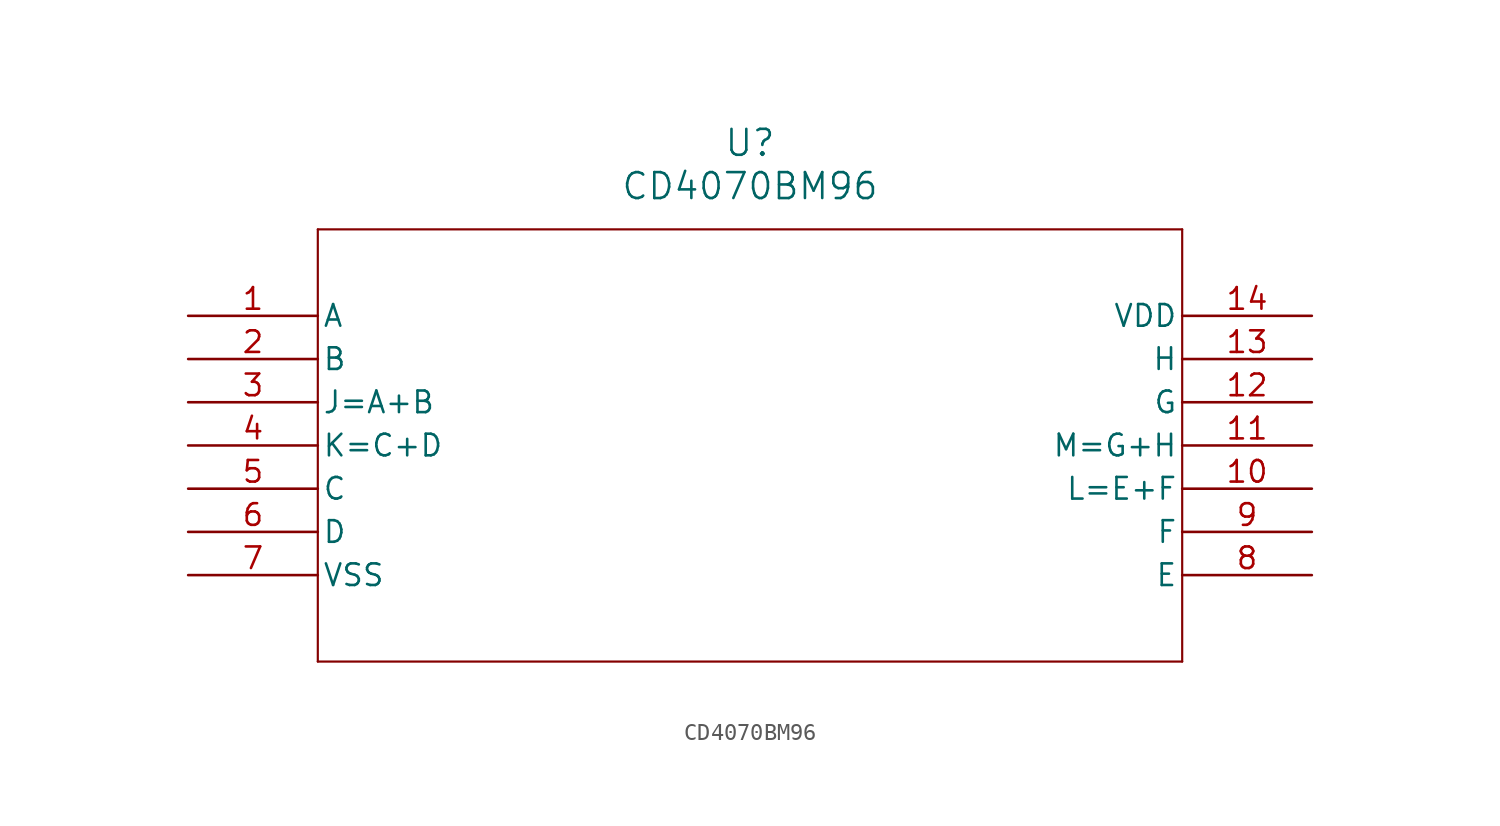
<source format=kicad_sym>
(kicad_symbol_lib
  (version 20211014)
  (generator kicad_symbol_editor)
  (symbol "CD4070BM96"
    (pin_names
      (offset 0.254))
    (property "Reference" "U"
      (at 33.02 10.16 0)
      (effects (font (size 1.524 1.524))))
    (property "Value" "CD4070BM96"
      (at 33.02 7.62 0)
      (effects (font (size 1.524 1.524))))
    (symbol "CD4070BM96_0_1"
      (polyline (pts (xy 7.62 5.08) (xy 7.62 -20.32)) (stroke (width 0.127) (type default) (color 0 0 0 0)) (fill (type none)))
      (polyline (pts (xy 7.62 -20.32) (xy 58.42 -20.32)) (stroke (width 0.127) (type default) (color 0 0 0 0)) (fill (type none)))
      (polyline (pts (xy 58.42 -20.32) (xy 58.42 5.08)) (stroke (width 0.127) (type default) (color 0 0 0 0)) (fill (type none)))
      (polyline (pts (xy 58.42 5.08) (xy 7.62 5.08)) (stroke (width 0.127) (type default) (color 0 0 0 0)) (fill (type none)))
      (pin unspecified line (at 0 0 0) (length 7.62) (name "A" (effects (font (size 1.27 1.27)))) (number "1" (effects (font (size 1.27 1.27)))))
      (pin unspecified line (at 0 -2.54 0) (length 7.62) (name "B" (effects (font (size 1.27 1.27)))) (number "2" (effects (font (size 1.27 1.27)))))
      (pin unspecified line (at 0 -5.08 0) (length 7.62) (name "J=A+B" (effects (font (size 1.27 1.27)))) (number "3" (effects (font (size 1.27 1.27)))))
      (pin unspecified line (at 0 -7.62 0) (length 7.62) (name "K=C+D" (effects (font (size 1.27 1.27)))) (number "4" (effects (font (size 1.27 1.27)))))
      (pin unspecified line (at 0 -10.16 0) (length 7.62) (name "C" (effects (font (size 1.27 1.27)))) (number "5" (effects (font (size 1.27 1.27)))))
      (pin unspecified line (at 0 -12.7 0) (length 7.62) (name "D" (effects (font (size 1.27 1.27)))) (number "6" (effects (font (size 1.27 1.27)))))
      (pin power_in line (at 0 -15.24 0) (length 7.62) (name "VSS" (effects (font (size 1.27 1.27)))) (number "7" (effects (font (size 1.27 1.27)))))
      (pin unspecified line (at 66.04 -15.24 180) (length 7.62) (name "E" (effects (font (size 1.27 1.27)))) (number "8" (effects (font (size 1.27 1.27)))))
      (pin unspecified line (at 66.04 -12.7 180) (length 7.62) (name "F" (effects (font (size 1.27 1.27)))) (number "9" (effects (font (size 1.27 1.27)))))
      (pin unspecified line (at 66.04 -10.16 180) (length 7.62) (name "L=E+F" (effects (font (size 1.27 1.27)))) (number "10" (effects (font (size 1.27 1.27)))))
      (pin unspecified line (at 66.04 -7.62 180) (length 7.62) (name "M=G+H" (effects (font (size 1.27 1.27)))) (number "11" (effects (font (size 1.27 1.27)))))
      (pin unspecified line (at 66.04 -5.08 180) (length 7.62) (name "G" (effects (font (size 1.27 1.27)))) (number "12" (effects (font (size 1.27 1.27)))))
      (pin unspecified line (at 66.04 -2.54 180) (length 7.62) (name "H" (effects (font (size 1.27 1.27)))) (number "13" (effects (font (size 1.27 1.27)))))
      (pin power_in line (at 66.04 0 180) (length 7.62) (name "VDD" (effects (font (size 1.27 1.27)))) (number "14" (effects (font (size 1.27 1.27))))))))
</source>
